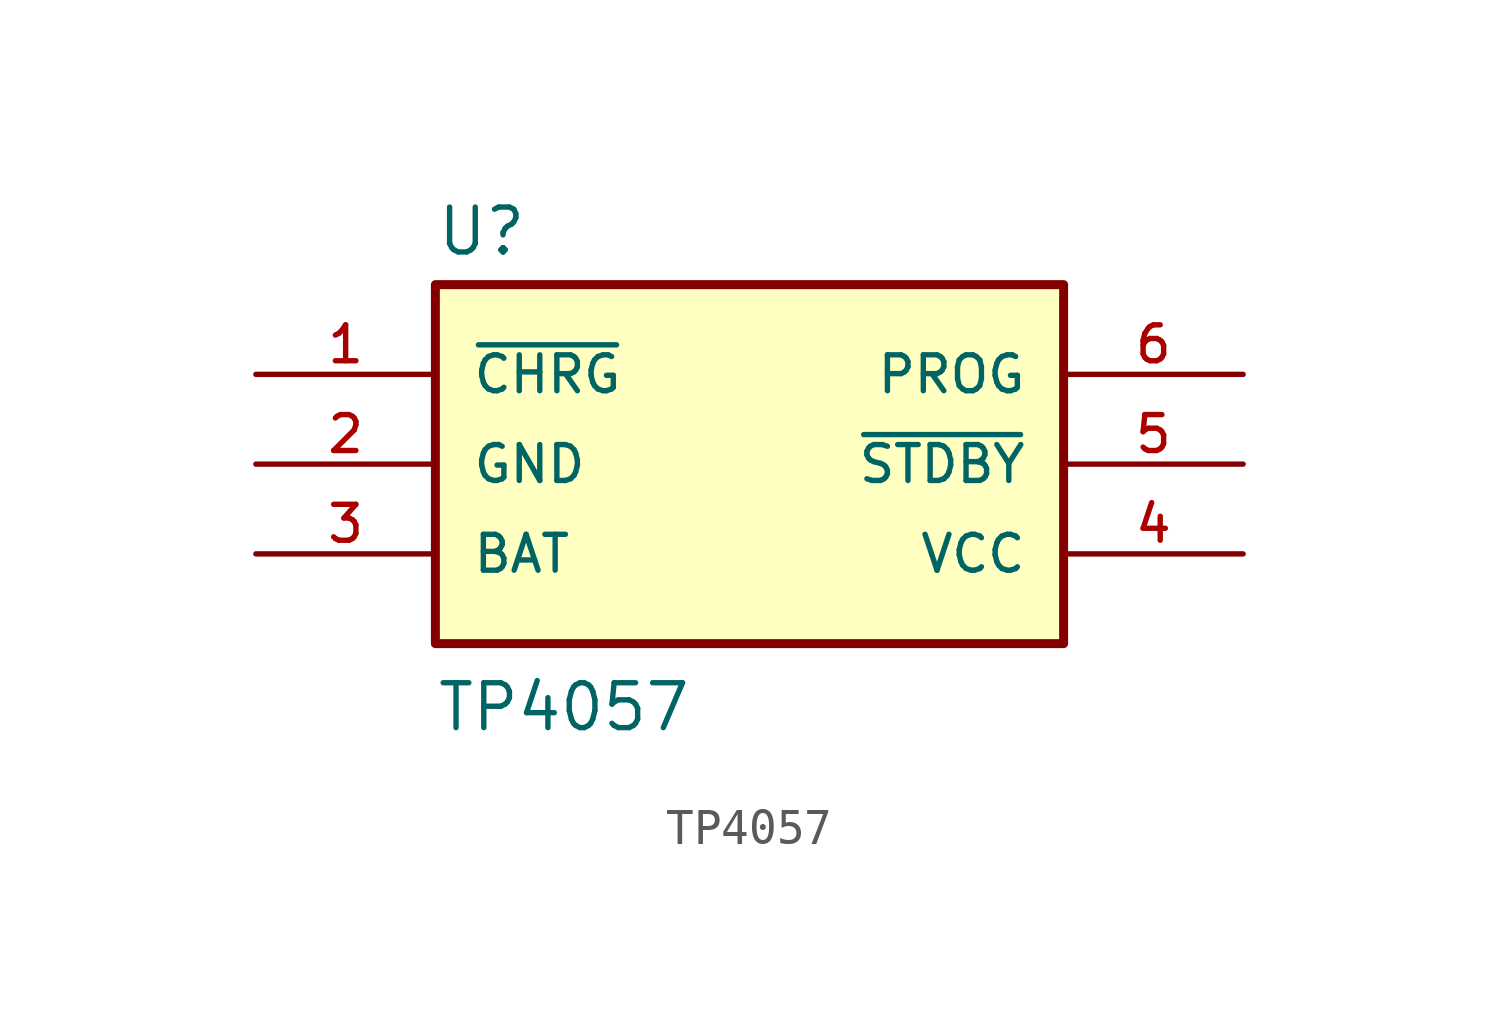
<source format=kicad_sym>
(kicad_symbol_lib
  (version 20211014)
  (generator kicad_symbol_editor)
  (symbol "TP4057"
    (pin_names
      (offset 1.016))
    (property "Reference" "U"
      (at -7.62 5.842 0)
      (effects (font (size 1.27 1.27)) (justify bottom left)))
    (property "Value" "TP4057"
      (at -7.62 -7.62 0)
      (effects (font (size 1.27 1.27)) (justify bottom left)))
    (symbol "TP4057_0_0"
      (rectangle (start -7.62 -5.08) (end 10.16 5.08) (stroke (width 0.254)) (fill (type background)))
      (pin open_collector line (at -12.7 2.54 0) (length 5.08) (name "~{CHRG}" (effects (font (size 1.016 1.016)))) (number "1" (effects (font (size 1.016 1.016)))))
      (pin power_in line (at -12.7 0.0 0) (length 5.08) (name "GND" (effects (font (size 1.016 1.016)))) (number "2" (effects (font (size 1.016 1.016)))))
      (pin power_in line (at -12.7 -2.54 0) (length 5.08) (name "BAT" (effects (font (size 1.016 1.016)))) (number "3" (effects (font (size 1.016 1.016)))))
      (pin input line (at 15.24 2.54 180.0) (length 5.08) (name "PROG" (effects (font (size 1.016 1.016)))) (number "6" (effects (font (size 1.016 1.016)))))
      (pin open_collector line (at 15.24 0.0 180.0) (length 5.08) (name "~{STDBY}" (effects (font (size 1.016 1.016)))) (number "5" (effects (font (size 1.016 1.016)))))
      (pin power_in line (at 15.24 -2.54 180.0) (length 5.08) (name "VCC" (effects (font (size 1.016 1.016)))) (number "4" (effects (font (size 1.016 1.016))))))))
</source>
